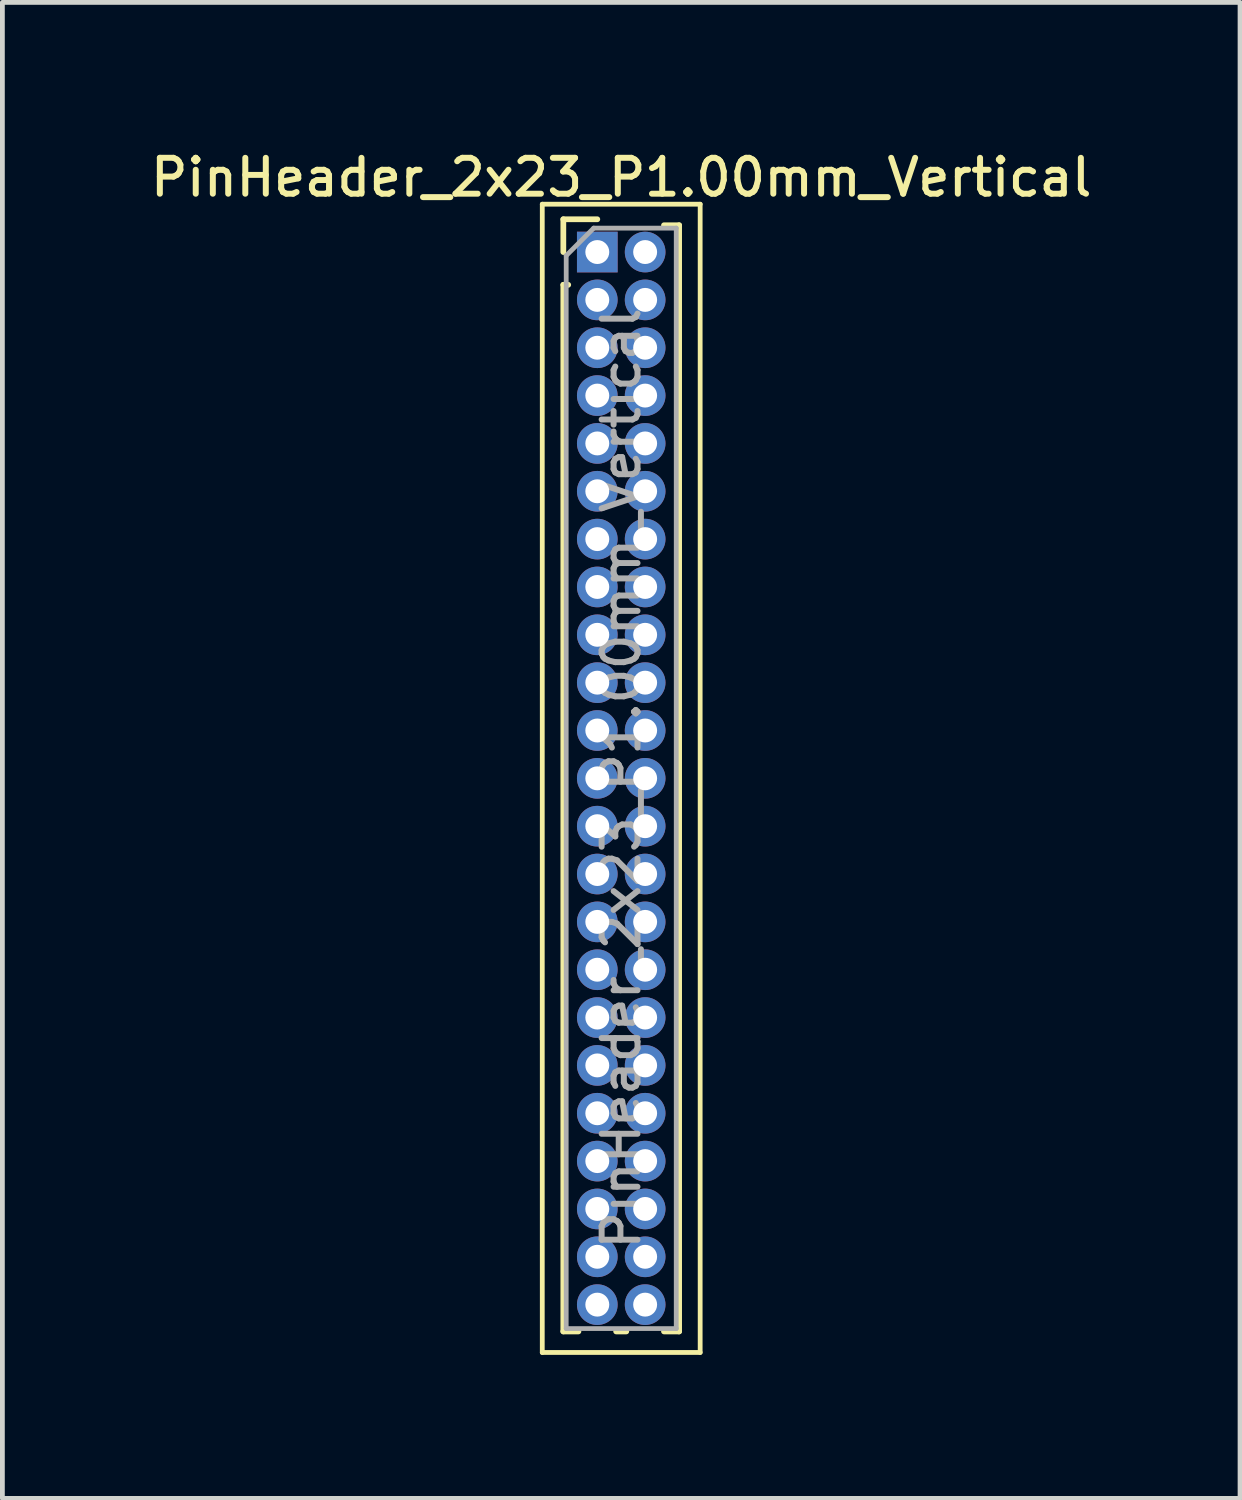
<source format=kicad_pcb>
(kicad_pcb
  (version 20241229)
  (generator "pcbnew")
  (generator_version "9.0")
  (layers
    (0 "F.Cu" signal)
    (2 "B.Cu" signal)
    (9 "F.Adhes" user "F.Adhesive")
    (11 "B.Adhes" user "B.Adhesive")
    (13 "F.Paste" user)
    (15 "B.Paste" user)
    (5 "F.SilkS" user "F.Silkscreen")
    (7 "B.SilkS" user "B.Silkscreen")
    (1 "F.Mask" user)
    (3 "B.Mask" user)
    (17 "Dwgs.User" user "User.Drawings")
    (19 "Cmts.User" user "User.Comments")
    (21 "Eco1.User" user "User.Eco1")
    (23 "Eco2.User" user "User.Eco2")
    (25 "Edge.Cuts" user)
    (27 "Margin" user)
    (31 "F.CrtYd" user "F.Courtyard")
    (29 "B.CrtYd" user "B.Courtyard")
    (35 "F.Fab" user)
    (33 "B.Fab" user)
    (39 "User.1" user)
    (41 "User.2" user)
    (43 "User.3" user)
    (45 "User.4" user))
  (footprint "PinHeader_2x23_P1.00mm_Vertical"
    (layer "F.Cu")
    (at 9.434 2.218)
    (property "Reference" "PinHeader_2x23_P1.00mm_Vertical" (at 0.5 -1.56 0) (layer "F.SilkS") (effects (font (size 0.75 0.75) (thickness 0.125))))
    (attr through_hole)
    (fp_line (start -1.15 -1) (end -1.15 23) (stroke (width 0.1) (type solid)) (layer "F.SilkS"))
    (fp_line (start -1.15 23) (end 2.15 23) (stroke (width 0.1) (type solid)) (layer "F.SilkS"))
    (fp_line (start -0.71 -0.685) (end 0 -0.685) (stroke (width 0.12) (type solid)) (layer "F.SilkS"))
    (fp_line (start -0.71 0) (end -0.71 -0.685) (stroke (width 0.12) (type solid)) (layer "F.SilkS"))
    (fp_line (start -0.71 0.685) (end -0.71 22.56) (stroke (width 0.12) (type solid)) (layer "F.SilkS"))
    (fp_line (start -0.71 0.685) (end -0.608 0.685) (stroke (width 0.12) (type solid)) (layer "F.SilkS"))
    (fp_line (start -0.71 22.56) (end -0.394 22.56) (stroke (width 0.12) (type solid)) (layer "F.SilkS"))
    (fp_line (start 0.394 22.56) (end 0.606 22.56) (stroke (width 0.12) (type solid)) (layer "F.SilkS"))
    (fp_line (start 1.394 -0.56) (end 1.71 -0.56) (stroke (width 0.12) (type solid)) (layer "F.SilkS"))
    (fp_line (start 1.394 22.56) (end 1.71 22.56) (stroke (width 0.12) (type solid)) (layer "F.SilkS"))
    (fp_line (start 1.71 -0.56) (end 1.71 22.56) (stroke (width 0.12) (type solid)) (layer "F.SilkS"))
    (fp_line (start 2.15 -1) (end -1.15 -1) (stroke (width 0.1) (type solid)) (layer "F.SilkS"))
    (fp_line (start 2.15 23) (end 2.15 -1) (stroke (width 0.1) (type solid)) (layer "F.SilkS"))
    (fp_line (start -0.65 0.075) (end -0.075 -0.5) (stroke (width 0.1) (type solid)) (layer "F.Fab"))
    (fp_line (start -0.65 22.5) (end -0.65 0.075) (stroke (width 0.1) (type solid)) (layer "F.Fab"))
    (fp_line (start -0.075 -0.5) (end 1.65 -0.5) (stroke (width 0.1) (type solid)) (layer "F.Fab"))
    (fp_line (start 1.65 -0.5) (end 1.65 22.5) (stroke (width 0.1) (type solid)) (layer "F.Fab"))
    (fp_line (start 1.65 22.5) (end -0.65 22.5) (stroke (width 0.1) (type solid)) (layer "F.Fab"))
    (fp_text user "${REFERENCE}" (at 0.5 11 90) (layer "F.Fab") (effects (font (size 0.75 0.75) (thickness 0.125))))
    (pad "1" thru_hole rect (at 0 0) (size 0.85 0.85) (drill 0.5) (layers "*.Cu" "*.Mask"))
    (pad "2" thru_hole oval (at 1 0) (size 0.85 0.85) (drill 0.5) (layers "*.Cu" "*.Mask"))
    (pad "3" thru_hole oval (at 0 1) (size 0.85 0.85) (drill 0.5) (layers "*.Cu" "*.Mask"))
    (pad "4" thru_hole oval (at 1 1) (size 0.85 0.85) (drill 0.5) (layers "*.Cu" "*.Mask"))
    (pad "5" thru_hole oval (at 0 2) (size 0.85 0.85) (drill 0.5) (layers "*.Cu" "*.Mask"))
    (pad "6" thru_hole oval (at 1 2) (size 0.85 0.85) (drill 0.5) (layers "*.Cu" "*.Mask"))
    (pad "7" thru_hole oval (at 0 3) (size 0.85 0.85) (drill 0.5) (layers "*.Cu" "*.Mask"))
    (pad "8" thru_hole oval (at 1 3) (size 0.85 0.85) (drill 0.5) (layers "*.Cu" "*.Mask"))
    (pad "9" thru_hole oval (at 0 4) (size 0.85 0.85) (drill 0.5) (layers "*.Cu" "*.Mask"))
    (pad "10" thru_hole oval (at 1 4) (size 0.85 0.85) (drill 0.5) (layers "*.Cu" "*.Mask"))
    (pad "11" thru_hole oval (at 0 5) (size 0.85 0.85) (drill 0.5) (layers "*.Cu" "*.Mask"))
    (pad "12" thru_hole oval (at 1 5) (size 0.85 0.85) (drill 0.5) (layers "*.Cu" "*.Mask"))
    (pad "13" thru_hole oval (at 0 6) (size 0.85 0.85) (drill 0.5) (layers "*.Cu" "*.Mask"))
    (pad "14" thru_hole oval (at 1 6) (size 0.85 0.85) (drill 0.5) (layers "*.Cu" "*.Mask"))
    (pad "15" thru_hole oval (at 0 7) (size 0.85 0.85) (drill 0.5) (layers "*.Cu" "*.Mask"))
    (pad "16" thru_hole oval (at 1 7) (size 0.85 0.85) (drill 0.5) (layers "*.Cu" "*.Mask"))
    (pad "17" thru_hole oval (at 0 8) (size 0.85 0.85) (drill 0.5) (layers "*.Cu" "*.Mask"))
    (pad "18" thru_hole oval (at 1 8) (size 0.85 0.85) (drill 0.5) (layers "*.Cu" "*.Mask"))
    (pad "19" thru_hole oval (at 0 9) (size 0.85 0.85) (drill 0.5) (layers "*.Cu" "*.Mask"))
    (pad "20" thru_hole oval (at 1 9) (size 0.85 0.85) (drill 0.5) (layers "*.Cu" "*.Mask"))
    (pad "21" thru_hole oval (at 0 10) (size 0.85 0.85) (drill 0.5) (layers "*.Cu" "*.Mask"))
    (pad "22" thru_hole oval (at 1 10) (size 0.85 0.85) (drill 0.5) (layers "*.Cu" "*.Mask"))
    (pad "23" thru_hole oval (at 0 11) (size 0.85 0.85) (drill 0.5) (layers "*.Cu" "*.Mask"))
    (pad "24" thru_hole oval (at 1 11) (size 0.85 0.85) (drill 0.5) (layers "*.Cu" "*.Mask"))
    (pad "25" thru_hole oval (at 0 12) (size 0.85 0.85) (drill 0.5) (layers "*.Cu" "*.Mask"))
    (pad "26" thru_hole oval (at 1 12) (size 0.85 0.85) (drill 0.5) (layers "*.Cu" "*.Mask"))
    (pad "27" thru_hole oval (at 0 13) (size 0.85 0.85) (drill 0.5) (layers "*.Cu" "*.Mask"))
    (pad "28" thru_hole oval (at 1 13) (size 0.85 0.85) (drill 0.5) (layers "*.Cu" "*.Mask"))
    (pad "29" thru_hole oval (at 0 14) (size 0.85 0.85) (drill 0.5) (layers "*.Cu" "*.Mask"))
    (pad "30" thru_hole oval (at 1 14) (size 0.85 0.85) (drill 0.5) (layers "*.Cu" "*.Mask"))
    (pad "31" thru_hole oval (at 0 15) (size 0.85 0.85) (drill 0.5) (layers "*.Cu" "*.Mask"))
    (pad "32" thru_hole oval (at 1 15) (size 0.85 0.85) (drill 0.5) (layers "*.Cu" "*.Mask"))
    (pad "33" thru_hole oval (at 0 16) (size 0.85 0.85) (drill 0.5) (layers "*.Cu" "*.Mask"))
    (pad "34" thru_hole oval (at 1 16) (size 0.85 0.85) (drill 0.5) (layers "*.Cu" "*.Mask"))
    (pad "35" thru_hole oval (at 0 17) (size 0.85 0.85) (drill 0.5) (layers "*.Cu" "*.Mask"))
    (pad "36" thru_hole oval (at 1 17) (size 0.85 0.85) (drill 0.5) (layers "*.Cu" "*.Mask"))
    (pad "37" thru_hole oval (at 0 18) (size 0.85 0.85) (drill 0.5) (layers "*.Cu" "*.Mask"))
    (pad "38" thru_hole oval (at 1 18) (size 0.85 0.85) (drill 0.5) (layers "*.Cu" "*.Mask"))
    (pad "39" thru_hole oval (at 0 19) (size 0.85 0.85) (drill 0.5) (layers "*.Cu" "*.Mask"))
    (pad "40" thru_hole oval (at 1 19) (size 0.85 0.85) (drill 0.5) (layers "*.Cu" "*.Mask"))
    (pad "41" thru_hole oval (at 0 20) (size 0.85 0.85) (drill 0.5) (layers "*.Cu" "*.Mask"))
    (pad "42" thru_hole oval (at 1 20) (size 0.85 0.85) (drill 0.5) (layers "*.Cu" "*.Mask"))
    (pad "43" thru_hole oval (at 0 21) (size 0.85 0.85) (drill 0.5) (layers "*.Cu" "*.Mask"))
    (pad "44" thru_hole oval (at 1 21) (size 0.85 0.85) (drill 0.5) (layers "*.Cu" "*.Mask"))
    (pad "45" thru_hole oval (at 0 22) (size 0.85 0.85) (drill 0.5) (layers "*.Cu" "*.Mask"))
    (pad "46" thru_hole oval (at 1 22) (size 0.85 0.85) (drill 0.5) (layers "*.Cu" "*.Mask")))
  (gr_rect
    (start -3 -3)
    (end 22.868 28.268)
    (stroke (width 0.1) (type default))
    (fill no)
    (layer "Edge.Cuts")))
</source>
